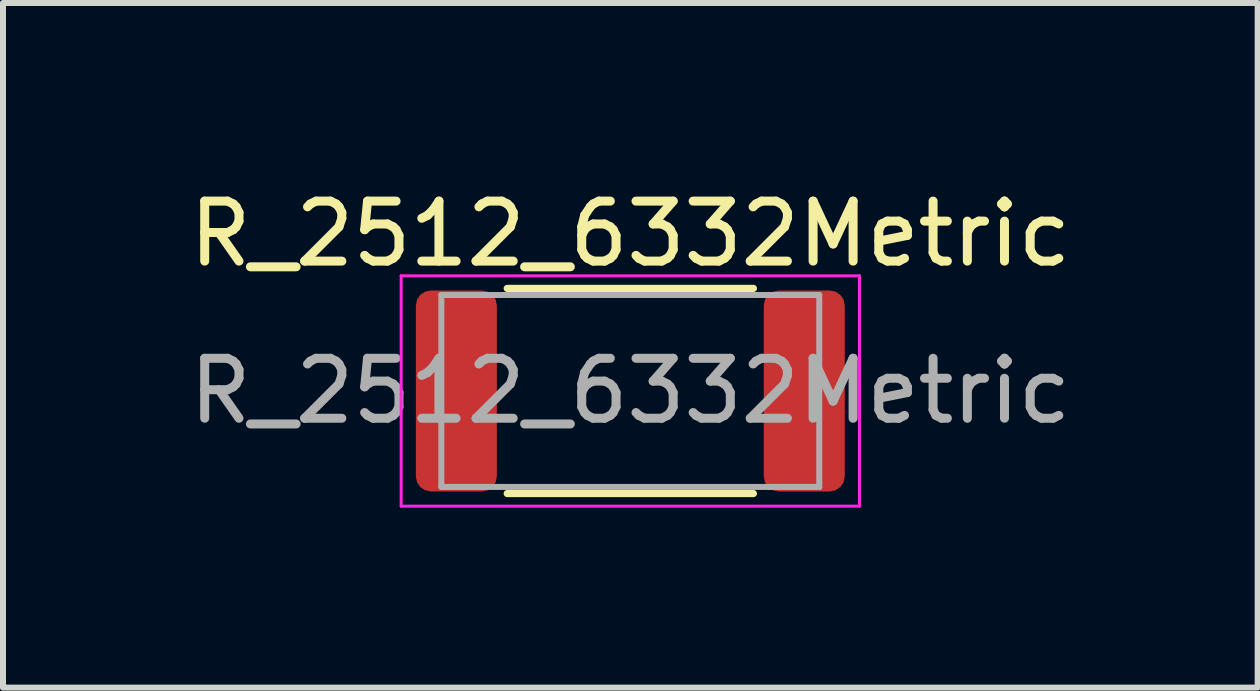
<source format=kicad_pcb>
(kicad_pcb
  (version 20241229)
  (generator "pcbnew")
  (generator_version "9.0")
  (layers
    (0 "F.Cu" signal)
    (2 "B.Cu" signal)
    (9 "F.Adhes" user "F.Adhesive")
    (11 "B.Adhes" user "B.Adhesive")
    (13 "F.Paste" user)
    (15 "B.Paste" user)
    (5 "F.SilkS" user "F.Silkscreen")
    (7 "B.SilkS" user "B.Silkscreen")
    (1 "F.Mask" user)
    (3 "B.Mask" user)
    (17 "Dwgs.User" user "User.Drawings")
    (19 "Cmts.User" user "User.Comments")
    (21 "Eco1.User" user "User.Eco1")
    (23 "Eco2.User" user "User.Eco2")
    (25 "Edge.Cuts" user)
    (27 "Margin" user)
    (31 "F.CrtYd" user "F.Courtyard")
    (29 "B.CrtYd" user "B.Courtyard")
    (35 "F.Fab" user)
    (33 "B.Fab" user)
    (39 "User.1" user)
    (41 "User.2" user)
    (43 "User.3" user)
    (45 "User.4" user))
  (footprint "R_2512_6332Metric"
    (layer "F.Cu")
    (at 7.458 3.468)
    (property "Reference" "R_2512_6332Metric" (at 0 -2.62 0) (layer "F.SilkS") (effects (font (size 1 1) (thickness 0.15))))
    (attr smd)
    (fp_line (start -2.052 -1.71) (end 2.052 -1.71) (stroke (width 0.12) (type solid)) (layer "F.SilkS"))
    (fp_line (start -2.052 1.71) (end 2.052 1.71) (stroke (width 0.12) (type solid)) (layer "F.SilkS"))
    (fp_line (start -3.82 -1.92) (end 3.82 -1.92) (stroke (width 0.05) (type solid)) (layer "F.CrtYd"))
    (fp_line (start -3.82 1.92) (end -3.82 -1.92) (stroke (width 0.05) (type solid)) (layer "F.CrtYd"))
    (fp_line (start 3.82 -1.92) (end 3.82 1.92) (stroke (width 0.05) (type solid)) (layer "F.CrtYd"))
    (fp_line (start 3.82 1.92) (end -3.82 1.92) (stroke (width 0.05) (type solid)) (layer "F.CrtYd"))
    (fp_line (start -3.15 -1.6) (end 3.15 -1.6) (stroke (width 0.1) (type solid)) (layer "F.Fab"))
    (fp_line (start -3.15 1.6) (end -3.15 -1.6) (stroke (width 0.1) (type solid)) (layer "F.Fab"))
    (fp_line (start 3.15 -1.6) (end 3.15 1.6) (stroke (width 0.1) (type solid)) (layer "F.Fab"))
    (fp_line (start 3.15 1.6) (end -3.15 1.6) (stroke (width 0.1) (type solid)) (layer "F.Fab"))
    (fp_text user "${REFERENCE}" (at 0 0 0) (layer "F.Fab") (effects (font (size 1 1) (thickness 0.15))))
    (pad "1" smd roundrect (at -2.9 0) (size 1.35 3.35) (layers "F.Cu" "F.Mask" "F.Paste") (roundrect_rratio 0.185))
    (pad "2" smd roundrect (at 2.9 0) (size 1.35 3.35) (layers "F.Cu" "F.Mask" "F.Paste") (roundrect_rratio 0.185)))
  (gr_rect
    (start -3 -3)
    (end 17.917 8.413)
    (stroke (width 0.1) (type default))
    (fill no)
    (layer "Edge.Cuts")))
</source>
